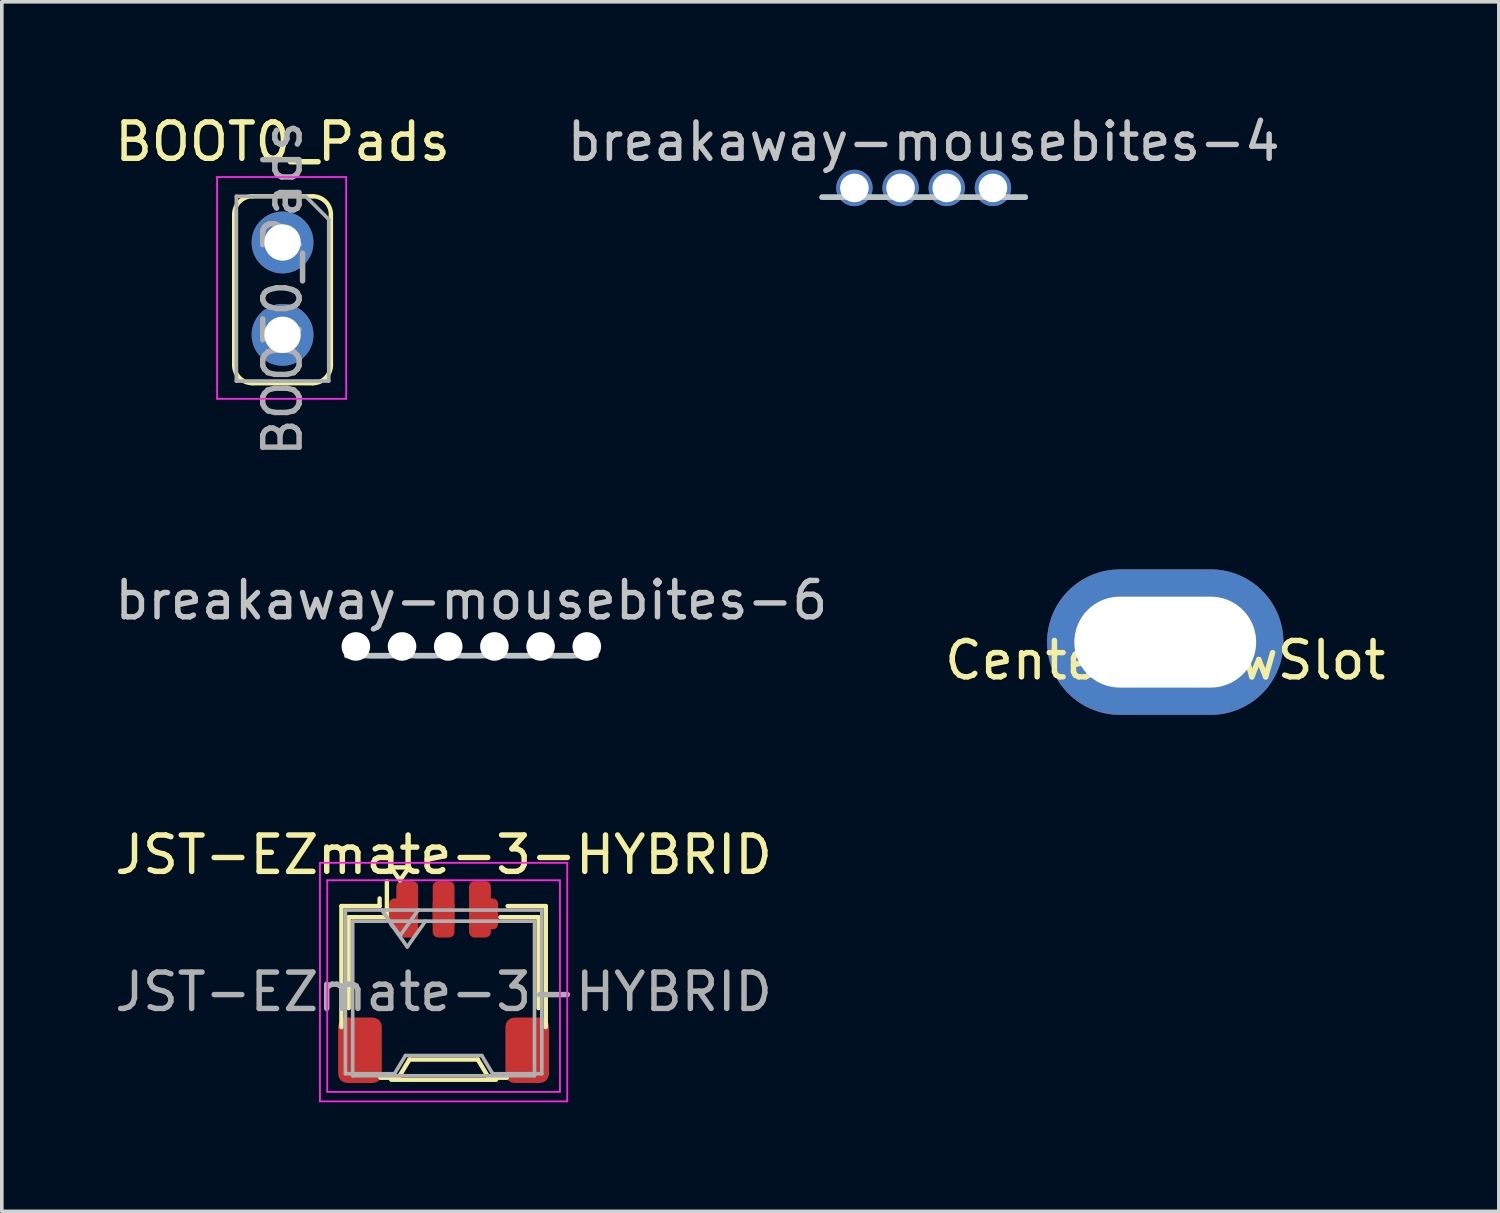
<source format=kicad_pcb>
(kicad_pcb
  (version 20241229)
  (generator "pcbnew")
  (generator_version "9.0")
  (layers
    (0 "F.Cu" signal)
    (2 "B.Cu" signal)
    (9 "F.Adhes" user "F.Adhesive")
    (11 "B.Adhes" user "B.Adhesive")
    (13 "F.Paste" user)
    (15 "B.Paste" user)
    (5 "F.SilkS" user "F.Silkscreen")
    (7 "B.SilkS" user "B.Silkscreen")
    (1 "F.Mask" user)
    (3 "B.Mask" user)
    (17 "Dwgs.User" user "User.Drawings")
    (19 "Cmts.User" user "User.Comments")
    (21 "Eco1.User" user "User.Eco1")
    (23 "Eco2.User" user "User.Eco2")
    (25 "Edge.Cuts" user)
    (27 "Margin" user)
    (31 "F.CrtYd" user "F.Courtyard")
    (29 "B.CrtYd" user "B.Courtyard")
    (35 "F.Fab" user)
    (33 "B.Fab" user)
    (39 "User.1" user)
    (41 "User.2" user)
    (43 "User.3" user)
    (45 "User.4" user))
  (footprint "breakaway-mousebites-4"
    (layer "F.Cu")
    (at 22.351 2.372)
    (property "Reference" "breakaway-mousebites-4" (at 0 -1.524 0) (layer "Dwgs.User") (effects (font (size 1 1) (thickness 0.15))))
    (attr exclude_from_pos_files exclude_from_bom)
    (fp_line (start -2.794 0) (end 2.794 0) (stroke (width 0.15) (type solid)) (layer "Dwgs.User"))
    (fp_line (start -2.286 0) (end -2.794 0) (stroke (width 0.15) (type solid)) (layer "B.CrtYd"))
    (fp_line (start -1.016 0) (end -1.524 0) (stroke (width 0.15) (type solid)) (layer "B.CrtYd"))
    (fp_line (start 0.254 0) (end -0.254 0) (stroke (width 0.15) (type solid)) (layer "B.CrtYd"))
    (fp_line (start 1.016 0) (end 1.524 0) (stroke (width 0.15) (type solid)) (layer "B.CrtYd"))
    (fp_line (start 2.286 0) (end 2.794 0) (stroke (width 0.15) (type solid)) (layer "B.CrtYd"))
    (pad "1" thru_hole circle (at 1.905 -0.254) (size 1 1) (drill 0.787) (layers "*.Cu"))
    (pad "2" thru_hole circle (at 0.635 -0.254) (size 1 1) (drill 0.787) (layers "*.Cu"))
    (pad "3" thru_hole circle (at -0.635 -0.254) (size 1 1) (drill 0.787) (layers "*.Cu"))
    (pad "4" thru_hole circle (at -1.905 -0.254) (size 1 1) (drill 0.787) (layers "*.Cu")))
  (footprint "breakaway-mousebites-6"
    (layer "F.Cu")
    (at 9.911 14.981)
    (property "Reference" "breakaway-mousebites-6" (at 0 -1.524 0) (layer "Dwgs.User") (effects (font (size 1 1) (thickness 0.15))))
    (attr exclude_from_pos_files exclude_from_bom)
    (fp_line (start -3.429 0) (end 3.429 0) (stroke (width 0.15) (type solid)) (layer "Dwgs.User"))
    (fp_line (start -2.286 0) (end -2.794 0) (stroke (width 0.15) (type solid)) (layer "B.CrtYd"))
    (fp_line (start -1.016 0) (end -1.524 0) (stroke (width 0.15) (type solid)) (layer "B.CrtYd"))
    (fp_line (start 0.254 0) (end -0.254 0) (stroke (width 0.15) (type solid)) (layer "B.CrtYd"))
    (fp_line (start 1.016 0) (end 1.524 0) (stroke (width 0.15) (type solid)) (layer "B.CrtYd"))
    (fp_line (start 2.286 0) (end 2.794 0) (stroke (width 0.15) (type solid)) (layer "B.CrtYd"))
    (pad "" np_thru_hole circle (at -3.175 -0.254) (size 0.787 0.787) (drill 0.787) (layers "*.Cu" "*.Mask"))
    (pad "" np_thru_hole circle (at -1.905 -0.254) (size 0.787 0.787) (drill 0.787) (layers "*.Cu" "*.Mask"))
    (pad "" np_thru_hole circle (at -0.635 -0.254) (size 0.787 0.787) (drill 0.787) (layers "*.Cu" "*.Mask"))
    (pad "" np_thru_hole circle (at 0.635 -0.254) (size 0.787 0.787) (drill 0.787) (layers "*.Cu" "*.Mask"))
    (pad "" np_thru_hole circle (at 1.905 -0.254) (size 0.787 0.787) (drill 0.787) (layers "*.Cu" "*.Mask"))
    (pad "" np_thru_hole circle (at 3.175 -0.254) (size 0.787 0.787) (drill 0.787) (layers "*.Cu" "*.Mask")))
  (footprint "BOOT0_Pads"
    (layer "F.Cu")
    (at 4.72 3.618)
    (property "Reference" "BOOT0_Pads" (at 0 -2.77 0) (layer "F.SilkS") (effects (font (size 1 1) (thickness 0.15))))
    (attr through_hole exclude_from_pos_files exclude_from_bom dnp)
    (fp_line (start -1.33 3.37) (end -1.33 -0.77) (stroke (width 0.12) (type default)) (layer "F.SilkS"))
    (fp_line (start -0.83 -1.27) (end 0.83 -1.27) (stroke (width 0.12) (type default)) (layer "F.SilkS"))
    (fp_line (start 0.83 3.87) (end -0.83 3.87) (stroke (width 0.12) (type default)) (layer "F.SilkS"))
    (fp_line (start 1.33 -0.77) (end 1.33 3.37) (stroke (width 0.12) (type default)) (layer "F.SilkS"))
    (fp_arc (start -1.33 -0.77) (mid -1.183553 -1.123553) (end -0.83 -1.27) (stroke (width 0.12) (type default)) (layer "F.SilkS"))
    (fp_arc (start -0.83 3.87) (mid -1.183553 3.723553) (end -1.33 3.37) (stroke (width 0.12) (type default)) (layer "F.SilkS"))
    (fp_arc (start 0.83 -1.27) (mid 1.183553 -1.123553) (end 1.33 -0.77) (stroke (width 0.12) (type default)) (layer "F.SilkS"))
    (fp_arc (start 1.33 3.37) (mid 1.183553 3.723553) (end 0.83 3.87) (stroke (width 0.12) (type default)) (layer "F.SilkS"))
    (fp_line (start -1.8 -1.8) (end 1.75 -1.8) (stroke (width 0.05) (type solid)) (layer "F.CrtYd"))
    (fp_line (start -1.8 4.3) (end -1.8 -1.8) (stroke (width 0.05) (type solid)) (layer "F.CrtYd"))
    (fp_line (start 1.75 -1.8) (end 1.75 4.3) (stroke (width 0.05) (type solid)) (layer "F.CrtYd"))
    (fp_line (start 1.75 4.3) (end -1.8 4.3) (stroke (width 0.05) (type solid)) (layer "F.CrtYd"))
    (fp_line (start -1.27 -1.27) (end 0.635 -1.27) (stroke (width 0.1) (type solid)) (layer "F.Fab"))
    (fp_line (start -1.27 3.81) (end -1.27 -1.27) (stroke (width 0.1) (type solid)) (layer "F.Fab"))
    (fp_line (start 0.635 -1.27) (end 1.27 -0.635) (stroke (width 0.1) (type solid)) (layer "F.Fab"))
    (fp_line (start 1.27 -0.635) (end 1.27 3.81) (stroke (width 0.1) (type solid)) (layer "F.Fab"))
    (fp_line (start 1.27 3.81) (end -1.27 3.81) (stroke (width 0.1) (type solid)) (layer "F.Fab"))
    (fp_text user "${REFERENCE}" (at 0 1.27 90) (layer "F.Fab") (effects (font (size 1 1) (thickness 0.15))))
    (pad "1" thru_hole circle (at 0 0) (size 1.7 1.7) (drill 1) (layers "*.Cu" "*.Mask"))
    (pad "2" thru_hole oval (at 0 2.54) (size 1.7 1.7) (drill 1) (layers "*.Cu" "*.Mask")))
  (footprint "CenterScrewSlot"
    (layer "F.Cu")
    (at 28.994 14.608)
    (property "Reference" "CenterScrewSlot" (at 0 0.5 0) (layer "F.SilkS") (effects (font (size 1 1) (thickness 0.15))))
    (attr through_hole)
    (pad "1" thru_hole oval (at 0 0) (size 6.5 4) (drill oval 5 2.5) (layers "*.Cu" "*.Mask")))
  (footprint "JST-EZmate-3-HYBRID"
    (layer "F.Cu")
    (at 9.149 23.957)
    (property "Reference" "JST-EZmate-3-HYBRID" (at 0 -3.5 0) (layer "F.SilkS") (effects (font (size 1 1) (thickness 0.15))))
    (attr smd)
    (fp_line (start -2.81 -2.09) (end -1.76 -2.09) (stroke (width 0.12) (type solid)) (layer "F.SilkS"))
    (fp_line (start -2.81 1.24) (end -2.81 -2.09) (stroke (width 0.12) (type solid)) (layer "F.SilkS"))
    (fp_line (start -2.61 -1.785) (end -1.56 -1.785) (stroke (width 0.12) (type solid)) (layer "F.SilkS"))
    (fp_line (start -2.61 0.715) (end -2.61 -1.785) (stroke (width 0.12) (type solid)) (layer "F.SilkS"))
    (fp_line (start -1.76 -2.09) (end -1.76 -2.3) (stroke (width 0.12) (type solid)) (layer "F.SilkS"))
    (fp_line (start -1.74 2.63) (end -1.24 2.63) (stroke (width 0.12) (type solid)) (layer "F.SilkS"))
    (fp_line (start -1.56 -1.785) (end -1.56 -2.775) (stroke (width 0.12) (type solid)) (layer "F.SilkS"))
    (fp_line (start -1.45 -3.154) (end -1.2 -2.8) (stroke (width 0.12) (type solid)) (layer "F.SilkS"))
    (fp_line (start -1.44 2.685) (end 1.44 2.685) (stroke (width 0.12) (type solid)) (layer "F.SilkS"))
    (fp_line (start -1.24 2.63) (end -0.94 2.13) (stroke (width 0.12) (type solid)) (layer "F.SilkS"))
    (fp_line (start -1.2 -2.8) (end -0.95 -3.154) (stroke (width 0.12) (type solid)) (layer "F.SilkS"))
    (fp_line (start -0.95 -3.154) (end -1.45 -3.154) (stroke (width 0.12) (type solid)) (layer "F.SilkS"))
    (fp_line (start -0.94 2.13) (end 0.94 2.13) (stroke (width 0.12) (type solid)) (layer "F.SilkS"))
    (fp_line (start 0.94 2.13) (end 1.24 2.63) (stroke (width 0.12) (type solid)) (layer "F.SilkS"))
    (fp_line (start 1.24 2.63) (end 1.74 2.63) (stroke (width 0.12) (type solid)) (layer "F.SilkS"))
    (fp_line (start 2.61 -1.785) (end 1.56 -1.785) (stroke (width 0.12) (type solid)) (layer "F.SilkS"))
    (fp_line (start 2.61 0.715) (end 2.61 -1.785) (stroke (width 0.12) (type solid)) (layer "F.SilkS"))
    (fp_line (start 2.81 -2.09) (end 1.76 -2.09) (stroke (width 0.12) (type solid)) (layer "F.SilkS"))
    (fp_line (start 2.81 1.24) (end 2.81 -2.09) (stroke (width 0.12) (type solid)) (layer "F.SilkS"))
    (fp_line (start -3.4 -3.28) (end -3.4 3.28) (stroke (width 0.05) (type solid)) (layer "F.CrtYd"))
    (fp_line (start -3.4 3.28) (end 3.4 3.28) (stroke (width 0.05) (type solid)) (layer "F.CrtYd"))
    (fp_line (start -3.2 -2.8) (end -3.2 3.02) (stroke (width 0.05) (type solid)) (layer "F.CrtYd"))
    (fp_line (start -3.2 3.02) (end 3.2 3.02) (stroke (width 0.05) (type solid)) (layer "F.CrtYd"))
    (fp_line (start 3.2 -2.8) (end -3.2 -2.8) (stroke (width 0.05) (type solid)) (layer "F.CrtYd"))
    (fp_line (start 3.2 3.02) (end 3.2 -2.8) (stroke (width 0.05) (type solid)) (layer "F.CrtYd"))
    (fp_line (start 3.4 -3.28) (end -3.4 -3.28) (stroke (width 0.05) (type solid)) (layer "F.CrtYd"))
    (fp_line (start 3.4 3.28) (end 3.4 -3.28) (stroke (width 0.05) (type solid)) (layer "F.CrtYd"))
    (fp_line (start -2.7 -1.98) (end -2.7 2.52) (stroke (width 0.1) (type solid)) (layer "F.Fab"))
    (fp_line (start -2.7 -1.98) (end 2.7 -1.98) (stroke (width 0.1) (type solid)) (layer "F.Fab"))
    (fp_line (start -2.7 2.52) (end -1.35 2.52) (stroke (width 0.1) (type solid)) (layer "F.Fab"))
    (fp_line (start -2.5 -1.675) (end -2.5 2.575) (stroke (width 0.1) (type solid)) (layer "F.Fab"))
    (fp_line (start -2.5 -1.675) (end 2.5 -1.675) (stroke (width 0.1) (type solid)) (layer "F.Fab"))
    (fp_line (start -2.5 2.575) (end 2.5 2.575) (stroke (width 0.1) (type solid)) (layer "F.Fab"))
    (fp_line (start -1.7 -1.98) (end -1.2 -1.273) (stroke (width 0.1) (type solid)) (layer "F.Fab"))
    (fp_line (start -1.5 -1.675) (end -1 -0.968) (stroke (width 0.1) (type solid)) (layer "F.Fab"))
    (fp_line (start -1.35 2.52) (end -1.05 2.02) (stroke (width 0.1) (type solid)) (layer "F.Fab"))
    (fp_line (start -1.2 -1.273) (end -0.7 -1.98) (stroke (width 0.1) (type solid)) (layer "F.Fab"))
    (fp_line (start -1.05 2.02) (end 1.05 2.02) (stroke (width 0.1) (type solid)) (layer "F.Fab"))
    (fp_line (start -1 -0.968) (end -0.5 -1.675) (stroke (width 0.1) (type solid)) (layer "F.Fab"))
    (fp_line (start 1.05 2.02) (end 1.35 2.52) (stroke (width 0.1) (type solid)) (layer "F.Fab"))
    (fp_line (start 1.35 2.52) (end 2.7 2.52) (stroke (width 0.1) (type solid)) (layer "F.Fab"))
    (fp_line (start 2.5 -1.675) (end 2.5 2.575) (stroke (width 0.1) (type solid)) (layer "F.Fab"))
    (fp_line (start 2.7 -1.98) (end 2.7 2.52) (stroke (width 0.1) (type solid)) (layer "F.Fab"))
    (fp_text user "${REFERENCE}" (at 0 0.27 0) (layer "F.Fab") (effects (font (size 1 1) (thickness 0.15))))
    (pad "1" smd roundrect (at -1.2 -1.875) (size 0.6 0.85) (layers "F.Cu" "F.Mask" "F.Paste") (roundrect_rratio 0.25))
    (pad "1" smd roundrect (at -1 -2) (size 0.6 1.55) (layers "F.Cu" "F.Mask" "F.Paste") (roundrect_rratio 0.25))
    (pad "2" smd roundrect (at 0 -2) (size 0.6 1.55) (layers "F.Cu" "F.Mask" "F.Paste") (roundrect_rratio 0.25))
    (pad "2" smd roundrect (at 0 -1.875) (size 0.6 0.85) (layers "F.Cu" "F.Mask" "F.Paste") (roundrect_rratio 0.25))
    (pad "3" smd roundrect (at 1 -2) (size 0.6 1.55) (layers "F.Cu" "F.Mask" "F.Paste") (roundrect_rratio 0.25))
    (pad "3" smd roundrect (at 1.2 -1.875) (size 0.6 0.85) (layers "F.Cu" "F.Mask" "F.Paste") (roundrect_rratio 0.25))
    (pad "MP" smd roundrect (at -2.35 1.9) (size 0.7 0.8) (layers "F.Cu" "F.Mask" "F.Paste") (roundrect_rratio 0.25))
    (pad "MP" smd roundrect (at -2.3 1.875) (size 1.2 1.8) (layers "F.Cu" "F.Mask" "F.Paste") (roundrect_rratio 0.208))
    (pad "MP" smd roundrect (at 2.3 1.875) (size 1.2 1.8) (layers "F.Cu" "F.Mask" "F.Paste") (roundrect_rratio 0.208))
    (pad "MP" smd roundrect (at 2.35 1.9) (size 0.7 0.8) (layers "F.Cu" "F.Mask" "F.Paste") (roundrect_rratio 0.25)))
  (gr_rect
    (start -3 -3)
    (end 38.167 30.262)
    (stroke (width 0.1) (type default))
    (fill no)
    (layer "Edge.Cuts")))
</source>
